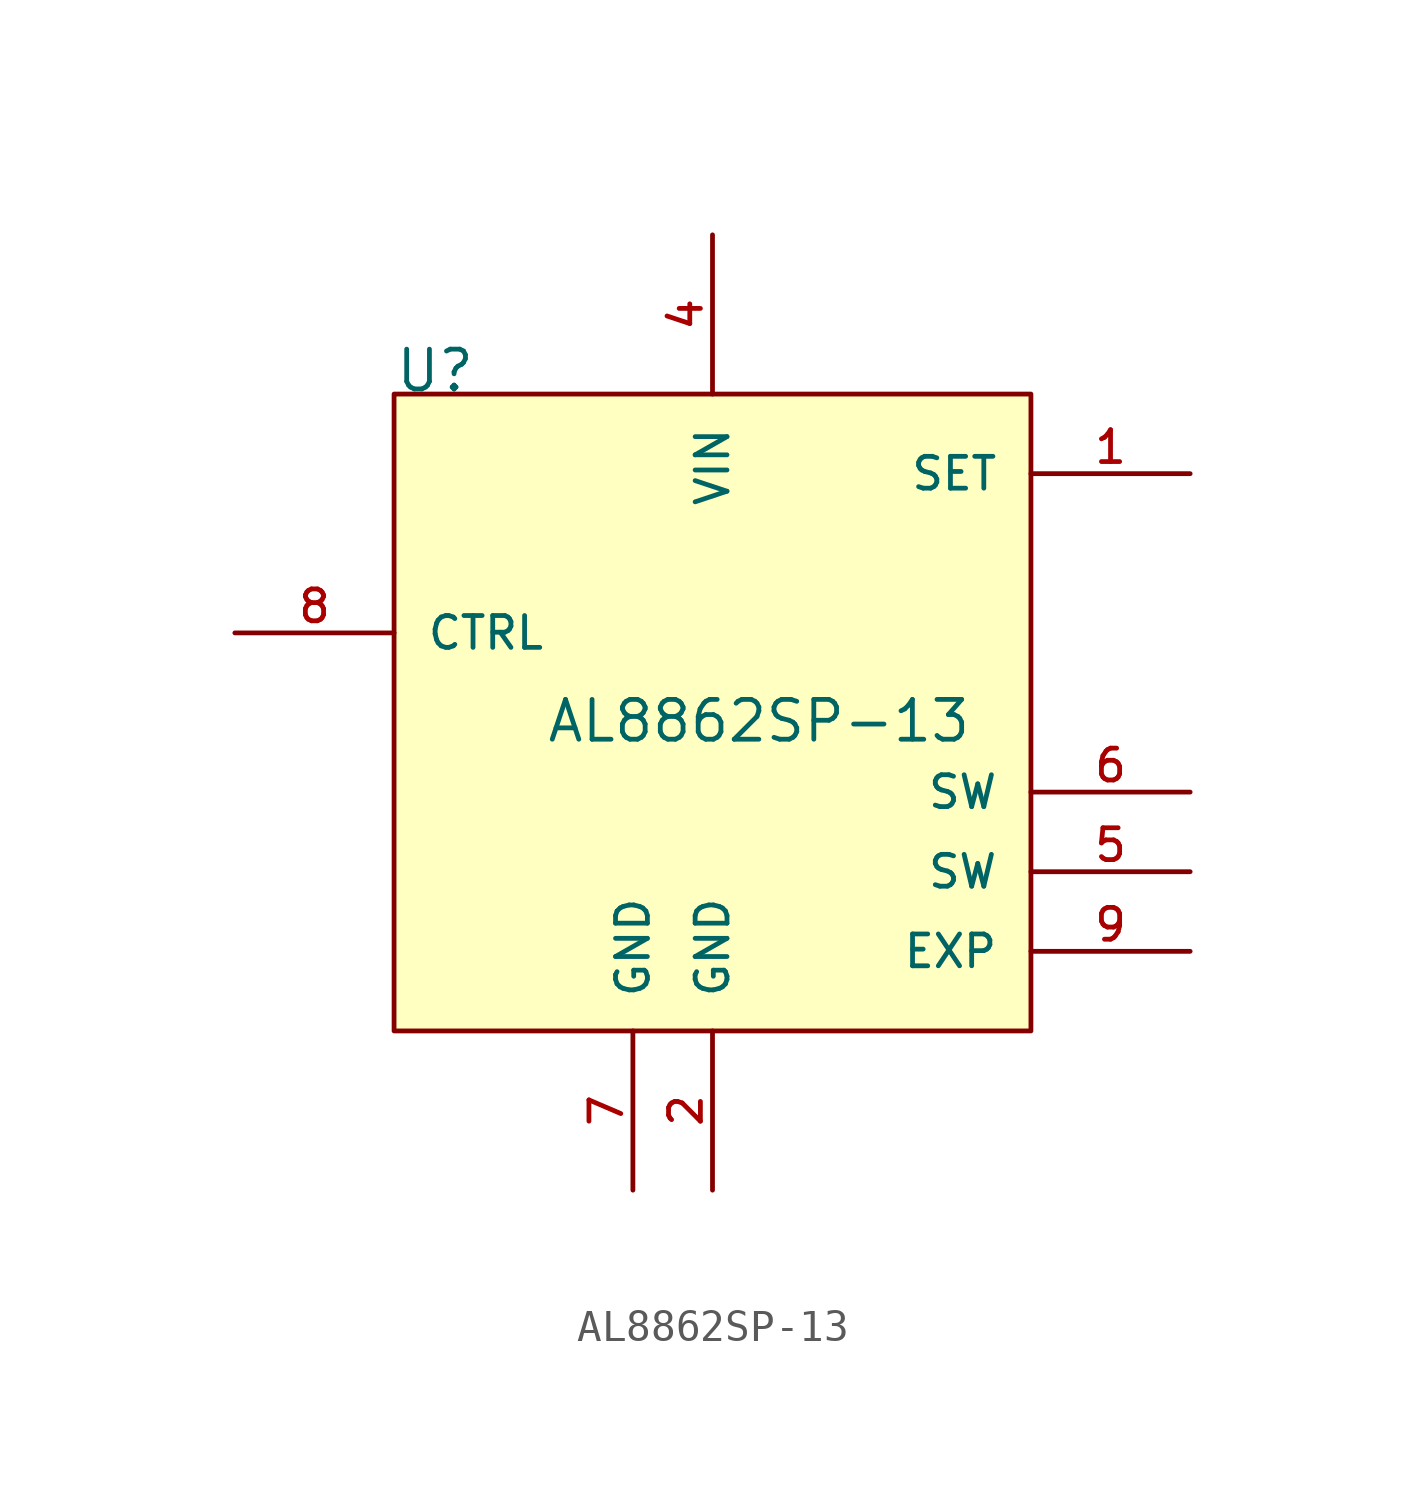
<source format=kicad_sym>
(kicad_symbol_lib
  (version 20241209)
  (generator "kicad_symbol_editor")
  (generator_version "9.0")
  (symbol "AL8862SP-13"
    (pin_names
      (offset 1.016))
    (property "Reference" "U"
      (at -10.16 10.16 0)
      (effects (font (size 1.27 1.27)) (justify left bottom)))
    (property "Value" "AL8862SP-13"
      (at -5.334 -1.016 0)
      (effects (font (size 1.27 1.27)) (justify left bottom)))
    (symbol "AL8862SP-13_0_0"
      (rectangle (start -10.16 10.16) (end 10.16 -10.16) (stroke (width 0.152) (type default)) (fill (type background)))
      (pin input line (at -15.24 2.54 0) (length 5.08) (name "CTRL" (effects (font (size 1.016 1.016)))) (number "8" (effects (font (size 1.016 1.016)))))
      (pin power_in line (at -2.54 -15.24 90) (length 5.08) (name "GND" (effects (font (size 1.016 1.016)))) (number "7" (effects (font (size 1.016 1.016)))))
      (pin input line (at 0 15.24 270) (length 5.08) (name "VIN" (effects (font (size 1.016 1.016)))) (number "4" (effects (font (size 1.016 1.016)))))
      (pin power_in line (at 0 -15.24 90) (length 5.08) (name "GND" (effects (font (size 1.016 1.016)))) (number "2" (effects (font (size 1.016 1.016)))))
      (pin input line (at 15.24 7.62 180) (length 5.08) (name "SET" (effects (font (size 1.016 1.016)))) (number "1" (effects (font (size 1.016 1.016)))))
      (pin output line (at 15.24 -2.54 180) (length 5.08) (name "SW" (effects (font (size 1.016 1.016)))) (number "6" (effects (font (size 1.016 1.016)))))
      (pin output line (at 15.24 -5.08 180) (length 5.08) (name "SW" (effects (font (size 1.016 1.016)))) (number "5" (effects (font (size 1.016 1.016)))))
      (pin power_in line (at 15.24 -7.62 180) (length 5.08) (name "EXP" (effects (font (size 1.016 1.016)))) (number "9" (effects (font (size 1.016 1.016))))))))
</source>
